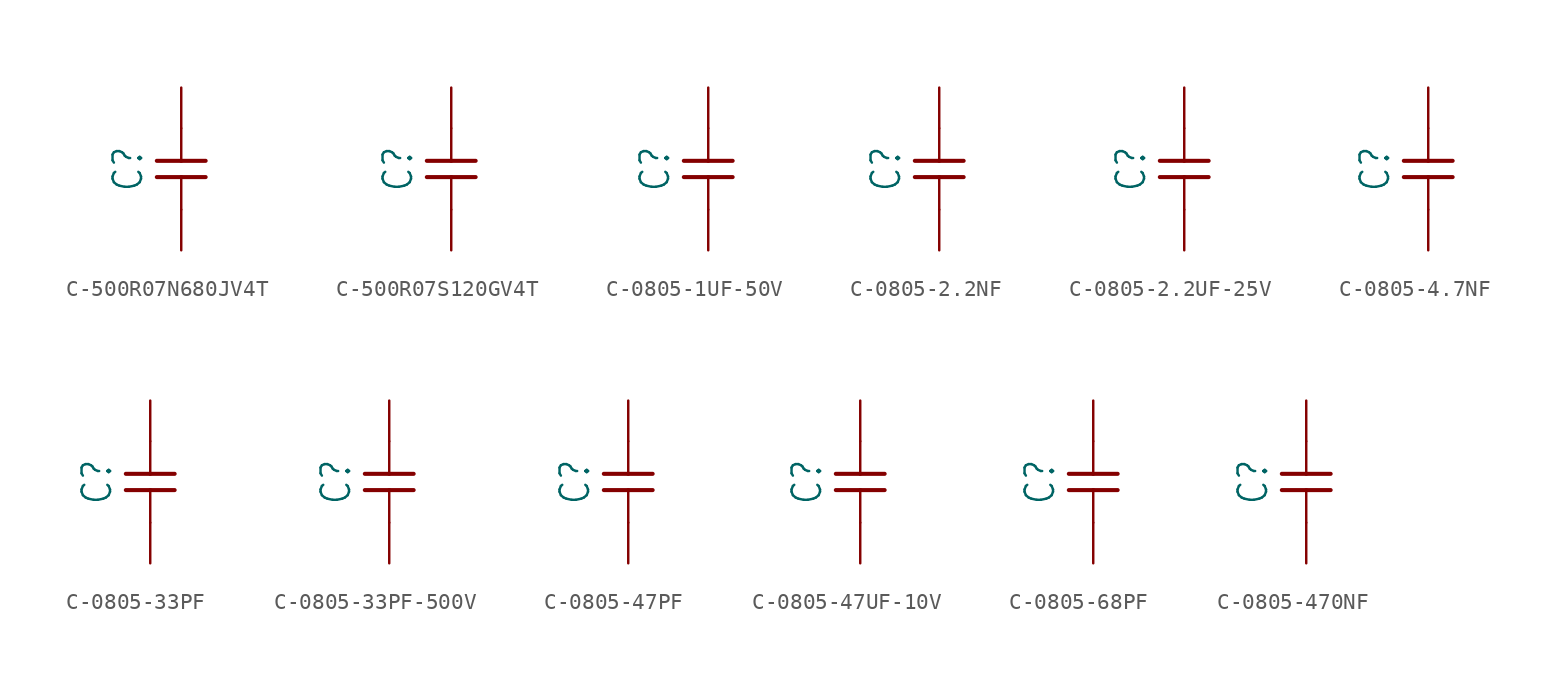
<source format=kicad_sym>
(kicad_symbol_lib
  (version 20231120)
  (generator "kicad_symbol_editor")
  (generator_version "8.0")
  (symbol "C-500R07N680JV4T"
    (property "Reference" "C"
      (at -2.286 0 90)
      (effects (font (size 1.778 1.511)) (justify bottom)))
    (property "Value" ""
      (at 2.286 0 90)
      (effects (font (size 1.778 1.511)) (justify top)))
    (property "ki_locked" ""
      (at 0 0 0)
      (effects (font (size 1.27 1.27))))
    (symbol "C-500R07N680JV4T_1_0"
      (polyline (pts (xy -1.524 0.508) (xy 0 0.508)) (stroke (width 0.254) (type solid)) (fill (type none)))
      (polyline (pts (xy 0 -2.54) (xy 0 -0.508)) (stroke (width 0.152) (type solid)) (fill (type none)))
      (polyline (pts (xy 0 -0.508) (xy -1.524 -0.508)) (stroke (width 0.254) (type solid)) (fill (type none)))
      (polyline (pts (xy 0 0.508) (xy 0 2.54)) (stroke (width 0.152) (type solid)) (fill (type none)))
      (polyline (pts (xy 0 0.508) (xy 1.524 0.508)) (stroke (width 0.254) (type solid)) (fill (type none)))
      (polyline (pts (xy 1.524 -0.508) (xy 0 -0.508)) (stroke (width 0.254) (type solid)) (fill (type none)))
      (pin passive line (at 0 5.08 270) (length 2.54) (name "1" (effects (font (size 0 0)))) (number "1" (effects (font (size 0 0)))))
      (pin passive line (at 0 -5.08 90) (length 2.54) (name "2" (effects (font (size 0 0)))) (number "2" (effects (font (size 0 0)))))))
  (symbol "C-500R07S120GV4T"
    (property "Reference" "C"
      (at -2.286 0 90)
      (effects (font (size 1.778 1.511)) (justify bottom)))
    (property "Value" ""
      (at 2.286 0 90)
      (effects (font (size 1.778 1.511)) (justify top)))
    (property "ki_locked" ""
      (at 0 0 0)
      (effects (font (size 1.27 1.27))))
    (symbol "C-500R07S120GV4T_1_0"
      (polyline (pts (xy -1.524 0.508) (xy 0 0.508)) (stroke (width 0.254) (type solid)) (fill (type none)))
      (polyline (pts (xy 0 -2.54) (xy 0 -0.508)) (stroke (width 0.152) (type solid)) (fill (type none)))
      (polyline (pts (xy 0 -0.508) (xy -1.524 -0.508)) (stroke (width 0.254) (type solid)) (fill (type none)))
      (polyline (pts (xy 0 0.508) (xy 0 2.54)) (stroke (width 0.152) (type solid)) (fill (type none)))
      (polyline (pts (xy 0 0.508) (xy 1.524 0.508)) (stroke (width 0.254) (type solid)) (fill (type none)))
      (polyline (pts (xy 1.524 -0.508) (xy 0 -0.508)) (stroke (width 0.254) (type solid)) (fill (type none)))
      (pin passive line (at 0 5.08 270) (length 2.54) (name "1" (effects (font (size 0 0)))) (number "1" (effects (font (size 0 0)))))
      (pin passive line (at 0 -5.08 90) (length 2.54) (name "2" (effects (font (size 0 0)))) (number "2" (effects (font (size 0 0)))))))
  (symbol "C-0805-1UF-50V"
    (property "Reference" "C"
      (at -2.286 0 90)
      (effects (font (size 1.778 1.511)) (justify bottom)))
    (property "Value" ""
      (at 2.286 0 90)
      (effects (font (size 1.778 1.511)) (justify top)))
    (property "ki_locked" ""
      (at 0 0 0)
      (effects (font (size 1.27 1.27))))
    (symbol "C-0805-1UF-50V_1_0"
      (polyline (pts (xy -1.524 0.508) (xy 0 0.508)) (stroke (width 0.254) (type solid)) (fill (type none)))
      (polyline (pts (xy 0 -2.54) (xy 0 -0.508)) (stroke (width 0.152) (type solid)) (fill (type none)))
      (polyline (pts (xy 0 -0.508) (xy -1.524 -0.508)) (stroke (width 0.254) (type solid)) (fill (type none)))
      (polyline (pts (xy 0 0.508) (xy 0 2.54)) (stroke (width 0.152) (type solid)) (fill (type none)))
      (polyline (pts (xy 0 0.508) (xy 1.524 0.508)) (stroke (width 0.254) (type solid)) (fill (type none)))
      (polyline (pts (xy 1.524 -0.508) (xy 0 -0.508)) (stroke (width 0.254) (type solid)) (fill (type none)))
      (pin passive line (at 0 5.08 270) (length 2.54) (name "1" (effects (font (size 0 0)))) (number "1" (effects (font (size 0 0)))))
      (pin passive line (at 0 -5.08 90) (length 2.54) (name "2" (effects (font (size 0 0)))) (number "2" (effects (font (size 0 0)))))))
  (symbol "C-0805-2.2NF"
    (property "Reference" "C"
      (at -2.286 0 90)
      (effects (font (size 1.778 1.511)) (justify bottom)))
    (property "Value" ""
      (at 2.286 0 90)
      (effects (font (size 1.778 1.511)) (justify top)))
    (property "ki_locked" ""
      (at 0 0 0)
      (effects (font (size 1.27 1.27))))
    (symbol "C-0805-2.2NF_1_0"
      (polyline (pts (xy -1.524 0.508) (xy 0 0.508)) (stroke (width 0.254) (type solid)) (fill (type none)))
      (polyline (pts (xy 0 -2.54) (xy 0 -0.508)) (stroke (width 0.152) (type solid)) (fill (type none)))
      (polyline (pts (xy 0 -0.508) (xy -1.524 -0.508)) (stroke (width 0.254) (type solid)) (fill (type none)))
      (polyline (pts (xy 0 0.508) (xy 0 2.54)) (stroke (width 0.152) (type solid)) (fill (type none)))
      (polyline (pts (xy 0 0.508) (xy 1.524 0.508)) (stroke (width 0.254) (type solid)) (fill (type none)))
      (polyline (pts (xy 1.524 -0.508) (xy 0 -0.508)) (stroke (width 0.254) (type solid)) (fill (type none)))
      (pin passive line (at 0 5.08 270) (length 2.54) (name "1" (effects (font (size 0 0)))) (number "1" (effects (font (size 0 0)))))
      (pin passive line (at 0 -5.08 90) (length 2.54) (name "2" (effects (font (size 0 0)))) (number "2" (effects (font (size 0 0)))))))
  (symbol "C-0805-2.2UF-25V"
    (property "Reference" "C"
      (at -2.286 0 90)
      (effects (font (size 1.778 1.511)) (justify bottom)))
    (property "Value" ""
      (at 2.286 0 90)
      (effects (font (size 1.778 1.511)) (justify top)))
    (property "ki_locked" ""
      (at 0 0 0)
      (effects (font (size 1.27 1.27))))
    (symbol "C-0805-2.2UF-25V_1_0"
      (polyline (pts (xy -1.524 0.508) (xy 0 0.508)) (stroke (width 0.254) (type solid)) (fill (type none)))
      (polyline (pts (xy 0 -2.54) (xy 0 -0.508)) (stroke (width 0.152) (type solid)) (fill (type none)))
      (polyline (pts (xy 0 -0.508) (xy -1.524 -0.508)) (stroke (width 0.254) (type solid)) (fill (type none)))
      (polyline (pts (xy 0 0.508) (xy 0 2.54)) (stroke (width 0.152) (type solid)) (fill (type none)))
      (polyline (pts (xy 0 0.508) (xy 1.524 0.508)) (stroke (width 0.254) (type solid)) (fill (type none)))
      (polyline (pts (xy 1.524 -0.508) (xy 0 -0.508)) (stroke (width 0.254) (type solid)) (fill (type none)))
      (pin passive line (at 0 5.08 270) (length 2.54) (name "1" (effects (font (size 0 0)))) (number "1" (effects (font (size 0 0)))))
      (pin passive line (at 0 -5.08 90) (length 2.54) (name "2" (effects (font (size 0 0)))) (number "2" (effects (font (size 0 0)))))))
  (symbol "C-0805-4.7NF"
    (property "Reference" "C"
      (at -2.286 0 90)
      (effects (font (size 1.778 1.511)) (justify bottom)))
    (property "Value" ""
      (at 2.286 0 90)
      (effects (font (size 1.778 1.511)) (justify top)))
    (property "ki_locked" ""
      (at 0 0 0)
      (effects (font (size 1.27 1.27))))
    (symbol "C-0805-4.7NF_1_0"
      (polyline (pts (xy -1.524 0.508) (xy 0 0.508)) (stroke (width 0.254) (type solid)) (fill (type none)))
      (polyline (pts (xy 0 -2.54) (xy 0 -0.508)) (stroke (width 0.152) (type solid)) (fill (type none)))
      (polyline (pts (xy 0 -0.508) (xy -1.524 -0.508)) (stroke (width 0.254) (type solid)) (fill (type none)))
      (polyline (pts (xy 0 0.508) (xy 0 2.54)) (stroke (width 0.152) (type solid)) (fill (type none)))
      (polyline (pts (xy 0 0.508) (xy 1.524 0.508)) (stroke (width 0.254) (type solid)) (fill (type none)))
      (polyline (pts (xy 1.524 -0.508) (xy 0 -0.508)) (stroke (width 0.254) (type solid)) (fill (type none)))
      (pin passive line (at 0 5.08 270) (length 2.54) (name "1" (effects (font (size 0 0)))) (number "1" (effects (font (size 0 0)))))
      (pin passive line (at 0 -5.08 90) (length 2.54) (name "2" (effects (font (size 0 0)))) (number "2" (effects (font (size 0 0)))))))
  (symbol "C-0805-33PF"
    (property "Reference" "C"
      (at -2.286 0 90)
      (effects (font (size 1.778 1.511)) (justify bottom)))
    (property "Value" ""
      (at 2.286 0 90)
      (effects (font (size 1.778 1.511)) (justify top)))
    (property "ki_locked" ""
      (at 0 0 0)
      (effects (font (size 1.27 1.27))))
    (symbol "C-0805-33PF_1_0"
      (polyline (pts (xy -1.524 0.508) (xy 0 0.508)) (stroke (width 0.254) (type solid)) (fill (type none)))
      (polyline (pts (xy 0 -2.54) (xy 0 -0.508)) (stroke (width 0.152) (type solid)) (fill (type none)))
      (polyline (pts (xy 0 -0.508) (xy -1.524 -0.508)) (stroke (width 0.254) (type solid)) (fill (type none)))
      (polyline (pts (xy 0 0.508) (xy 0 2.54)) (stroke (width 0.152) (type solid)) (fill (type none)))
      (polyline (pts (xy 0 0.508) (xy 1.524 0.508)) (stroke (width 0.254) (type solid)) (fill (type none)))
      (polyline (pts (xy 1.524 -0.508) (xy 0 -0.508)) (stroke (width 0.254) (type solid)) (fill (type none)))
      (pin passive line (at 0 5.08 270) (length 2.54) (name "1" (effects (font (size 0 0)))) (number "1" (effects (font (size 0 0)))))
      (pin passive line (at 0 -5.08 90) (length 2.54) (name "2" (effects (font (size 0 0)))) (number "2" (effects (font (size 0 0)))))))
  (symbol "C-0805-33PF-500V"
    (property "Reference" "C"
      (at -2.286 0 90)
      (effects (font (size 1.778 1.511)) (justify bottom)))
    (property "Value" ""
      (at 2.286 0 90)
      (effects (font (size 1.778 1.511)) (justify top)))
    (property "ki_locked" ""
      (at 0 0 0)
      (effects (font (size 1.27 1.27))))
    (symbol "C-0805-33PF-500V_1_0"
      (polyline (pts (xy -1.524 0.508) (xy 0 0.508)) (stroke (width 0.254) (type solid)) (fill (type none)))
      (polyline (pts (xy 0 -2.54) (xy 0 -0.508)) (stroke (width 0.152) (type solid)) (fill (type none)))
      (polyline (pts (xy 0 -0.508) (xy -1.524 -0.508)) (stroke (width 0.254) (type solid)) (fill (type none)))
      (polyline (pts (xy 0 0.508) (xy 0 2.54)) (stroke (width 0.152) (type solid)) (fill (type none)))
      (polyline (pts (xy 0 0.508) (xy 1.524 0.508)) (stroke (width 0.254) (type solid)) (fill (type none)))
      (polyline (pts (xy 1.524 -0.508) (xy 0 -0.508)) (stroke (width 0.254) (type solid)) (fill (type none)))
      (pin passive line (at 0 5.08 270) (length 2.54) (name "1" (effects (font (size 0 0)))) (number "1" (effects (font (size 0 0)))))
      (pin passive line (at 0 -5.08 90) (length 2.54) (name "2" (effects (font (size 0 0)))) (number "2" (effects (font (size 0 0)))))))
  (symbol "C-0805-47PF"
    (property "Reference" "C"
      (at -2.286 0 90)
      (effects (font (size 1.778 1.511)) (justify bottom)))
    (property "Value" ""
      (at 2.286 0 90)
      (effects (font (size 1.778 1.511)) (justify top)))
    (property "ki_locked" ""
      (at 0 0 0)
      (effects (font (size 1.27 1.27))))
    (symbol "C-0805-47PF_1_0"
      (polyline (pts (xy -1.524 0.508) (xy 0 0.508)) (stroke (width 0.254) (type solid)) (fill (type none)))
      (polyline (pts (xy 0 -2.54) (xy 0 -0.508)) (stroke (width 0.152) (type solid)) (fill (type none)))
      (polyline (pts (xy 0 -0.508) (xy -1.524 -0.508)) (stroke (width 0.254) (type solid)) (fill (type none)))
      (polyline (pts (xy 0 0.508) (xy 0 2.54)) (stroke (width 0.152) (type solid)) (fill (type none)))
      (polyline (pts (xy 0 0.508) (xy 1.524 0.508)) (stroke (width 0.254) (type solid)) (fill (type none)))
      (polyline (pts (xy 1.524 -0.508) (xy 0 -0.508)) (stroke (width 0.254) (type solid)) (fill (type none)))
      (pin passive line (at 0 5.08 270) (length 2.54) (name "1" (effects (font (size 0 0)))) (number "1" (effects (font (size 0 0)))))
      (pin passive line (at 0 -5.08 90) (length 2.54) (name "2" (effects (font (size 0 0)))) (number "2" (effects (font (size 0 0)))))))
  (symbol "C-0805-47UF-10V"
    (property "Reference" "C"
      (at -2.286 0 90)
      (effects (font (size 1.778 1.511)) (justify bottom)))
    (property "Value" ""
      (at 2.286 0 90)
      (effects (font (size 1.778 1.511)) (justify top)))
    (property "ki_locked" ""
      (at 0 0 0)
      (effects (font (size 1.27 1.27))))
    (symbol "C-0805-47UF-10V_1_0"
      (polyline (pts (xy -1.524 0.508) (xy 0 0.508)) (stroke (width 0.254) (type solid)) (fill (type none)))
      (polyline (pts (xy 0 -2.54) (xy 0 -0.508)) (stroke (width 0.152) (type solid)) (fill (type none)))
      (polyline (pts (xy 0 -0.508) (xy -1.524 -0.508)) (stroke (width 0.254) (type solid)) (fill (type none)))
      (polyline (pts (xy 0 0.508) (xy 0 2.54)) (stroke (width 0.152) (type solid)) (fill (type none)))
      (polyline (pts (xy 0 0.508) (xy 1.524 0.508)) (stroke (width 0.254) (type solid)) (fill (type none)))
      (polyline (pts (xy 1.524 -0.508) (xy 0 -0.508)) (stroke (width 0.254) (type solid)) (fill (type none)))
      (pin passive line (at 0 5.08 270) (length 2.54) (name "1" (effects (font (size 0 0)))) (number "1" (effects (font (size 0 0)))))
      (pin passive line (at 0 -5.08 90) (length 2.54) (name "2" (effects (font (size 0 0)))) (number "2" (effects (font (size 0 0)))))))
  (symbol "C-0805-68PF"
    (property "Reference" "C"
      (at -2.286 0 90)
      (effects (font (size 1.778 1.511)) (justify bottom)))
    (property "Value" ""
      (at 2.286 0 90)
      (effects (font (size 1.778 1.511)) (justify top)))
    (property "ki_locked" ""
      (at 0 0 0)
      (effects (font (size 1.27 1.27))))
    (symbol "C-0805-68PF_1_0"
      (polyline (pts (xy -1.524 0.508) (xy 0 0.508)) (stroke (width 0.254) (type solid)) (fill (type none)))
      (polyline (pts (xy 0 -2.54) (xy 0 -0.508)) (stroke (width 0.152) (type solid)) (fill (type none)))
      (polyline (pts (xy 0 -0.508) (xy -1.524 -0.508)) (stroke (width 0.254) (type solid)) (fill (type none)))
      (polyline (pts (xy 0 0.508) (xy 0 2.54)) (stroke (width 0.152) (type solid)) (fill (type none)))
      (polyline (pts (xy 0 0.508) (xy 1.524 0.508)) (stroke (width 0.254) (type solid)) (fill (type none)))
      (polyline (pts (xy 1.524 -0.508) (xy 0 -0.508)) (stroke (width 0.254) (type solid)) (fill (type none)))
      (pin passive line (at 0 5.08 270) (length 2.54) (name "1" (effects (font (size 0 0)))) (number "1" (effects (font (size 0 0)))))
      (pin passive line (at 0 -5.08 90) (length 2.54) (name "2" (effects (font (size 0 0)))) (number "2" (effects (font (size 0 0)))))))
  (symbol "C-0805-470NF"
    (property "Reference" "C"
      (at -2.286 0 90)
      (effects (font (size 1.778 1.511)) (justify bottom)))
    (property "Value" ""
      (at 2.286 0 90)
      (effects (font (size 1.778 1.511)) (justify top)))
    (property "ki_locked" ""
      (at 0 0 0)
      (effects (font (size 1.27 1.27))))
    (symbol "C-0805-470NF_1_0"
      (polyline (pts (xy -1.524 0.508) (xy 0 0.508)) (stroke (width 0.254) (type solid)) (fill (type none)))
      (polyline (pts (xy 0 -2.54) (xy 0 -0.508)) (stroke (width 0.152) (type solid)) (fill (type none)))
      (polyline (pts (xy 0 -0.508) (xy -1.524 -0.508)) (stroke (width 0.254) (type solid)) (fill (type none)))
      (polyline (pts (xy 0 0.508) (xy 0 2.54)) (stroke (width 0.152) (type solid)) (fill (type none)))
      (polyline (pts (xy 0 0.508) (xy 1.524 0.508)) (stroke (width 0.254) (type solid)) (fill (type none)))
      (polyline (pts (xy 1.524 -0.508) (xy 0 -0.508)) (stroke (width 0.254) (type solid)) (fill (type none)))
      (pin passive line (at 0 5.08 270) (length 2.54) (name "1" (effects (font (size 0 0)))) (number "1" (effects (font (size 0 0)))))
      (pin passive line (at 0 -5.08 90) (length 2.54) (name "2" (effects (font (size 0 0)))) (number "2" (effects (font (size 0 0))))))))
</source>
